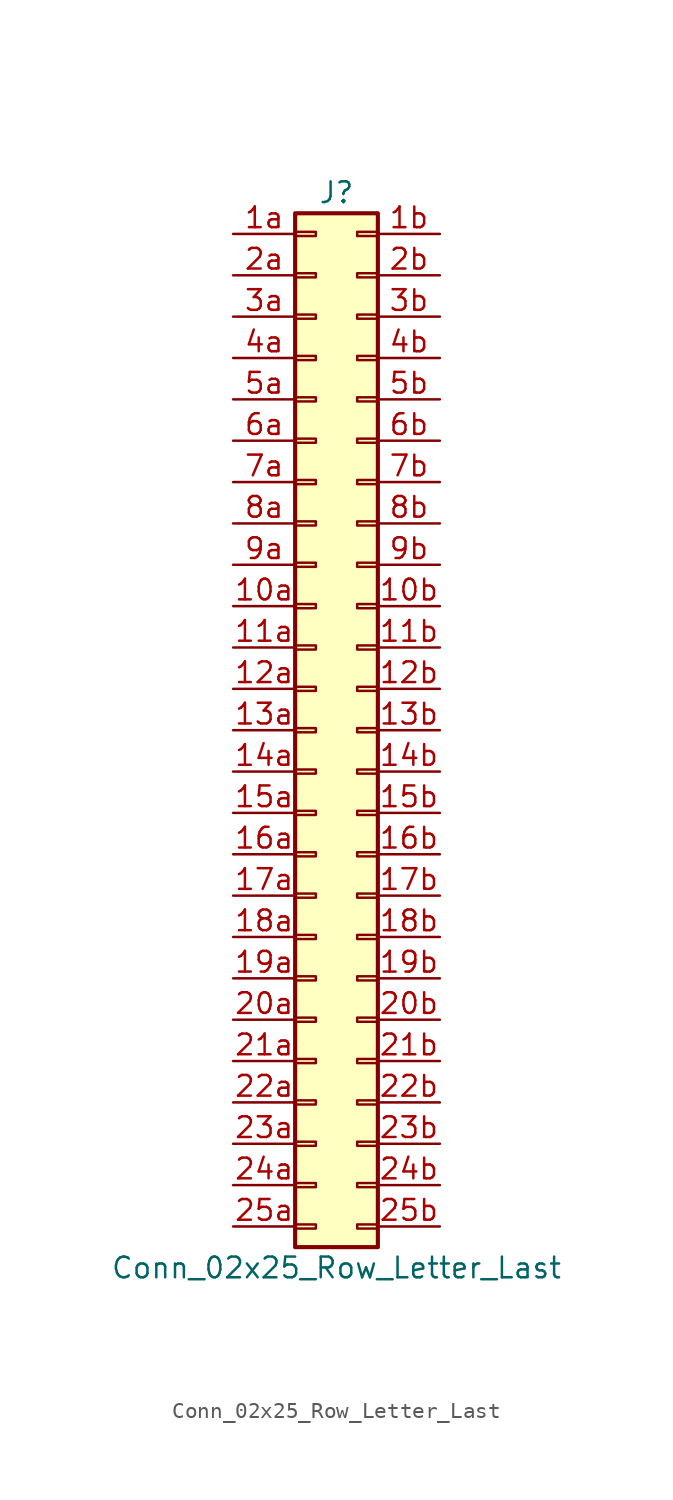
<source format=kicad_sym>
(kicad_symbol_lib
  (version 20220914)
  (generator kicad_symbol_editor)
  (symbol "Conn_02x25_Row_Letter_Last"
    (pin_names
      (offset 1.016) hide)
    (property "Reference" "J"
      (at 1.27 33.02 0)
      (effects (font (size 1.27 1.27))))
    (property "Value" "Conn_02x25_Row_Letter_Last"
      (at 1.27 -33.02 0)
      (effects (font (size 1.27 1.27))))
    (symbol "Conn_02x25_Row_Letter_Last_1_1"
      (rectangle (start -1.27 -30.353) (end 0 -30.607) (stroke (width 0.152) (type solid)) (fill (type none)))
      (rectangle (start -1.27 -27.813) (end 0 -28.067) (stroke (width 0.152) (type solid)) (fill (type none)))
      (rectangle (start -1.27 -25.273) (end 0 -25.527) (stroke (width 0.152) (type solid)) (fill (type none)))
      (rectangle (start -1.27 -22.733) (end 0 -22.987) (stroke (width 0.152) (type solid)) (fill (type none)))
      (rectangle (start -1.27 -20.193) (end 0 -20.447) (stroke (width 0.152) (type solid)) (fill (type none)))
      (rectangle (start -1.27 -17.653) (end 0 -17.907) (stroke (width 0.152) (type solid)) (fill (type none)))
      (rectangle (start -1.27 -15.113) (end 0 -15.367) (stroke (width 0.152) (type solid)) (fill (type none)))
      (rectangle (start -1.27 -12.573) (end 0 -12.827) (stroke (width 0.152) (type solid)) (fill (type none)))
      (rectangle (start -1.27 -10.033) (end 0 -10.287) (stroke (width 0.152) (type solid)) (fill (type none)))
      (rectangle (start -1.27 -7.493) (end 0 -7.747) (stroke (width 0.152) (type solid)) (fill (type none)))
      (rectangle (start -1.27 -4.953) (end 0 -5.207) (stroke (width 0.152) (type solid)) (fill (type none)))
      (rectangle (start -1.27 -2.413) (end 0 -2.667) (stroke (width 0.152) (type solid)) (fill (type none)))
      (rectangle (start -1.27 0.127) (end 0 -0.127) (stroke (width 0.152) (type solid)) (fill (type none)))
      (rectangle (start -1.27 2.667) (end 0 2.413) (stroke (width 0.152) (type solid)) (fill (type none)))
      (rectangle (start -1.27 5.207) (end 0 4.953) (stroke (width 0.152) (type solid)) (fill (type none)))
      (rectangle (start -1.27 7.747) (end 0 7.493) (stroke (width 0.152) (type solid)) (fill (type none)))
      (rectangle (start -1.27 10.287) (end 0 10.033) (stroke (width 0.152) (type solid)) (fill (type none)))
      (rectangle (start -1.27 12.827) (end 0 12.573) (stroke (width 0.152) (type solid)) (fill (type none)))
      (rectangle (start -1.27 15.367) (end 0 15.113) (stroke (width 0.152) (type solid)) (fill (type none)))
      (rectangle (start -1.27 17.907) (end 0 17.653) (stroke (width 0.152) (type solid)) (fill (type none)))
      (rectangle (start -1.27 20.447) (end 0 20.193) (stroke (width 0.152) (type solid)) (fill (type none)))
      (rectangle (start -1.27 22.987) (end 0 22.733) (stroke (width 0.152) (type solid)) (fill (type none)))
      (rectangle (start -1.27 25.527) (end 0 25.273) (stroke (width 0.152) (type solid)) (fill (type none)))
      (rectangle (start -1.27 28.067) (end 0 27.813) (stroke (width 0.152) (type solid)) (fill (type none)))
      (rectangle (start -1.27 30.607) (end 0 30.353) (stroke (width 0.152) (type solid)) (fill (type none)))
      (rectangle (start -1.27 31.75) (end 3.81 -31.75) (stroke (width 0.254) (type solid)) (fill (type background)))
      (rectangle (start 3.81 -30.353) (end 2.54 -30.607) (stroke (width 0.152) (type solid)) (fill (type none)))
      (rectangle (start 3.81 -27.813) (end 2.54 -28.067) (stroke (width 0.152) (type solid)) (fill (type none)))
      (rectangle (start 3.81 -25.273) (end 2.54 -25.527) (stroke (width 0.152) (type solid)) (fill (type none)))
      (rectangle (start 3.81 -22.733) (end 2.54 -22.987) (stroke (width 0.152) (type solid)) (fill (type none)))
      (rectangle (start 3.81 -20.193) (end 2.54 -20.447) (stroke (width 0.152) (type solid)) (fill (type none)))
      (rectangle (start 3.81 -17.653) (end 2.54 -17.907) (stroke (width 0.152) (type solid)) (fill (type none)))
      (rectangle (start 3.81 -15.113) (end 2.54 -15.367) (stroke (width 0.152) (type solid)) (fill (type none)))
      (rectangle (start 3.81 -12.573) (end 2.54 -12.827) (stroke (width 0.152) (type solid)) (fill (type none)))
      (rectangle (start 3.81 -10.033) (end 2.54 -10.287) (stroke (width 0.152) (type solid)) (fill (type none)))
      (rectangle (start 3.81 -7.493) (end 2.54 -7.747) (stroke (width 0.152) (type solid)) (fill (type none)))
      (rectangle (start 3.81 -4.953) (end 2.54 -5.207) (stroke (width 0.152) (type solid)) (fill (type none)))
      (rectangle (start 3.81 -2.413) (end 2.54 -2.667) (stroke (width 0.152) (type solid)) (fill (type none)))
      (rectangle (start 3.81 0.127) (end 2.54 -0.127) (stroke (width 0.152) (type solid)) (fill (type none)))
      (rectangle (start 3.81 2.667) (end 2.54 2.413) (stroke (width 0.152) (type solid)) (fill (type none)))
      (rectangle (start 3.81 5.207) (end 2.54 4.953) (stroke (width 0.152) (type solid)) (fill (type none)))
      (rectangle (start 3.81 7.747) (end 2.54 7.493) (stroke (width 0.152) (type solid)) (fill (type none)))
      (rectangle (start 3.81 10.287) (end 2.54 10.033) (stroke (width 0.152) (type solid)) (fill (type none)))
      (rectangle (start 3.81 12.827) (end 2.54 12.573) (stroke (width 0.152) (type solid)) (fill (type none)))
      (rectangle (start 3.81 15.367) (end 2.54 15.113) (stroke (width 0.152) (type solid)) (fill (type none)))
      (rectangle (start 3.81 17.907) (end 2.54 17.653) (stroke (width 0.152) (type solid)) (fill (type none)))
      (rectangle (start 3.81 20.447) (end 2.54 20.193) (stroke (width 0.152) (type solid)) (fill (type none)))
      (rectangle (start 3.81 22.987) (end 2.54 22.733) (stroke (width 0.152) (type solid)) (fill (type none)))
      (rectangle (start 3.81 25.527) (end 2.54 25.273) (stroke (width 0.152) (type solid)) (fill (type none)))
      (rectangle (start 3.81 28.067) (end 2.54 27.813) (stroke (width 0.152) (type solid)) (fill (type none)))
      (rectangle (start 3.81 30.607) (end 2.54 30.353) (stroke (width 0.152) (type solid)) (fill (type none)))
      (pin passive line (at -5.08 7.62 0) (length 3.81) (name "Pin_10a" (effects (font (size 1.27 1.27)))) (number "10a" (effects (font (size 1.27 1.27)))))
      (pin passive line (at 7.62 7.62 180) (length 3.81) (name "Pin_10b" (effects (font (size 1.27 1.27)))) (number "10b" (effects (font (size 1.27 1.27)))))
      (pin passive line (at -5.08 5.08 0) (length 3.81) (name "Pin_11a" (effects (font (size 1.27 1.27)))) (number "11a" (effects (font (size 1.27 1.27)))))
      (pin passive line (at 7.62 5.08 180) (length 3.81) (name "Pin_11b" (effects (font (size 1.27 1.27)))) (number "11b" (effects (font (size 1.27 1.27)))))
      (pin passive line (at -5.08 2.54 0) (length 3.81) (name "Pin_12a" (effects (font (size 1.27 1.27)))) (number "12a" (effects (font (size 1.27 1.27)))))
      (pin passive line (at 7.62 2.54 180) (length 3.81) (name "Pin_12b" (effects (font (size 1.27 1.27)))) (number "12b" (effects (font (size 1.27 1.27)))))
      (pin passive line (at -5.08 0 0) (length 3.81) (name "Pin_13a" (effects (font (size 1.27 1.27)))) (number "13a" (effects (font (size 1.27 1.27)))))
      (pin passive line (at 7.62 0 180) (length 3.81) (name "Pin_13b" (effects (font (size 1.27 1.27)))) (number "13b" (effects (font (size 1.27 1.27)))))
      (pin passive line (at -5.08 -2.54 0) (length 3.81) (name "Pin_14a" (effects (font (size 1.27 1.27)))) (number "14a" (effects (font (size 1.27 1.27)))))
      (pin passive line (at 7.62 -2.54 180) (length 3.81) (name "Pin_14b" (effects (font (size 1.27 1.27)))) (number "14b" (effects (font (size 1.27 1.27)))))
      (pin passive line (at -5.08 -5.08 0) (length 3.81) (name "Pin_15a" (effects (font (size 1.27 1.27)))) (number "15a" (effects (font (size 1.27 1.27)))))
      (pin passive line (at 7.62 -5.08 180) (length 3.81) (name "Pin_15b" (effects (font (size 1.27 1.27)))) (number "15b" (effects (font (size 1.27 1.27)))))
      (pin passive line (at -5.08 -7.62 0) (length 3.81) (name "Pin_16a" (effects (font (size 1.27 1.27)))) (number "16a" (effects (font (size 1.27 1.27)))))
      (pin passive line (at 7.62 -7.62 180) (length 3.81) (name "Pin_16b" (effects (font (size 1.27 1.27)))) (number "16b" (effects (font (size 1.27 1.27)))))
      (pin passive line (at -5.08 -10.16 0) (length 3.81) (name "Pin_17a" (effects (font (size 1.27 1.27)))) (number "17a" (effects (font (size 1.27 1.27)))))
      (pin passive line (at 7.62 -10.16 180) (length 3.81) (name "Pin_17b" (effects (font (size 1.27 1.27)))) (number "17b" (effects (font (size 1.27 1.27)))))
      (pin passive line (at -5.08 -12.7 0) (length 3.81) (name "Pin_18a" (effects (font (size 1.27 1.27)))) (number "18a" (effects (font (size 1.27 1.27)))))
      (pin passive line (at 7.62 -12.7 180) (length 3.81) (name "Pin_18b" (effects (font (size 1.27 1.27)))) (number "18b" (effects (font (size 1.27 1.27)))))
      (pin passive line (at -5.08 -15.24 0) (length 3.81) (name "Pin_19a" (effects (font (size 1.27 1.27)))) (number "19a" (effects (font (size 1.27 1.27)))))
      (pin passive line (at 7.62 -15.24 180) (length 3.81) (name "Pin_19b" (effects (font (size 1.27 1.27)))) (number "19b" (effects (font (size 1.27 1.27)))))
      (pin passive line (at -5.08 30.48 0) (length 3.81) (name "Pin_1a" (effects (font (size 1.27 1.27)))) (number "1a" (effects (font (size 1.27 1.27)))))
      (pin passive line (at 7.62 30.48 180) (length 3.81) (name "Pin_1b" (effects (font (size 1.27 1.27)))) (number "1b" (effects (font (size 1.27 1.27)))))
      (pin passive line (at -5.08 -17.78 0) (length 3.81) (name "Pin_20a" (effects (font (size 1.27 1.27)))) (number "20a" (effects (font (size 1.27 1.27)))))
      (pin passive line (at 7.62 -17.78 180) (length 3.81) (name "Pin_20b" (effects (font (size 1.27 1.27)))) (number "20b" (effects (font (size 1.27 1.27)))))
      (pin passive line (at -5.08 -20.32 0) (length 3.81) (name "Pin_21a" (effects (font (size 1.27 1.27)))) (number "21a" (effects (font (size 1.27 1.27)))))
      (pin passive line (at 7.62 -20.32 180) (length 3.81) (name "Pin_21b" (effects (font (size 1.27 1.27)))) (number "21b" (effects (font (size 1.27 1.27)))))
      (pin passive line (at -5.08 -22.86 0) (length 3.81) (name "Pin_22a" (effects (font (size 1.27 1.27)))) (number "22a" (effects (font (size 1.27 1.27)))))
      (pin passive line (at 7.62 -22.86 180) (length 3.81) (name "Pin_22b" (effects (font (size 1.27 1.27)))) (number "22b" (effects (font (size 1.27 1.27)))))
      (pin passive line (at -5.08 -25.4 0) (length 3.81) (name "Pin_23a" (effects (font (size 1.27 1.27)))) (number "23a" (effects (font (size 1.27 1.27)))))
      (pin passive line (at 7.62 -25.4 180) (length 3.81) (name "Pin_23b" (effects (font (size 1.27 1.27)))) (number "23b" (effects (font (size 1.27 1.27)))))
      (pin passive line (at -5.08 -27.94 0) (length 3.81) (name "Pin_24a" (effects (font (size 1.27 1.27)))) (number "24a" (effects (font (size 1.27 1.27)))))
      (pin passive line (at 7.62 -27.94 180) (length 3.81) (name "Pin_24b" (effects (font (size 1.27 1.27)))) (number "24b" (effects (font (size 1.27 1.27)))))
      (pin passive line (at -5.08 -30.48 0) (length 3.81) (name "Pin_25a" (effects (font (size 1.27 1.27)))) (number "25a" (effects (font (size 1.27 1.27)))))
      (pin passive line (at 7.62 -30.48 180) (length 3.81) (name "Pin_25b" (effects (font (size 1.27 1.27)))) (number "25b" (effects (font (size 1.27 1.27)))))
      (pin passive line (at -5.08 27.94 0) (length 3.81) (name "Pin_2a" (effects (font (size 1.27 1.27)))) (number "2a" (effects (font (size 1.27 1.27)))))
      (pin passive line (at 7.62 27.94 180) (length 3.81) (name "Pin_2b" (effects (font (size 1.27 1.27)))) (number "2b" (effects (font (size 1.27 1.27)))))
      (pin passive line (at -5.08 25.4 0) (length 3.81) (name "Pin_3a" (effects (font (size 1.27 1.27)))) (number "3a" (effects (font (size 1.27 1.27)))))
      (pin passive line (at 7.62 25.4 180) (length 3.81) (name "Pin_3b" (effects (font (size 1.27 1.27)))) (number "3b" (effects (font (size 1.27 1.27)))))
      (pin passive line (at -5.08 22.86 0) (length 3.81) (name "Pin_4a" (effects (font (size 1.27 1.27)))) (number "4a" (effects (font (size 1.27 1.27)))))
      (pin passive line (at 7.62 22.86 180) (length 3.81) (name "Pin_4b" (effects (font (size 1.27 1.27)))) (number "4b" (effects (font (size 1.27 1.27)))))
      (pin passive line (at -5.08 20.32 0) (length 3.81) (name "Pin_5a" (effects (font (size 1.27 1.27)))) (number "5a" (effects (font (size 1.27 1.27)))))
      (pin passive line (at 7.62 20.32 180) (length 3.81) (name "Pin_5b" (effects (font (size 1.27 1.27)))) (number "5b" (effects (font (size 1.27 1.27)))))
      (pin passive line (at -5.08 17.78 0) (length 3.81) (name "Pin_6a" (effects (font (size 1.27 1.27)))) (number "6a" (effects (font (size 1.27 1.27)))))
      (pin passive line (at 7.62 17.78 180) (length 3.81) (name "Pin_6b" (effects (font (size 1.27 1.27)))) (number "6b" (effects (font (size 1.27 1.27)))))
      (pin passive line (at -5.08 15.24 0) (length 3.81) (name "Pin_7a" (effects (font (size 1.27 1.27)))) (number "7a" (effects (font (size 1.27 1.27)))))
      (pin passive line (at 7.62 15.24 180) (length 3.81) (name "Pin_7b" (effects (font (size 1.27 1.27)))) (number "7b" (effects (font (size 1.27 1.27)))))
      (pin passive line (at -5.08 12.7 0) (length 3.81) (name "Pin_8a" (effects (font (size 1.27 1.27)))) (number "8a" (effects (font (size 1.27 1.27)))))
      (pin passive line (at 7.62 12.7 180) (length 3.81) (name "Pin_8b" (effects (font (size 1.27 1.27)))) (number "8b" (effects (font (size 1.27 1.27)))))
      (pin passive line (at -5.08 10.16 0) (length 3.81) (name "Pin_9a" (effects (font (size 1.27 1.27)))) (number "9a" (effects (font (size 1.27 1.27)))))
      (pin passive line (at 7.62 10.16 180) (length 3.81) (name "Pin_9b" (effects (font (size 1.27 1.27)))) (number "9b" (effects (font (size 1.27 1.27))))))))
</source>
